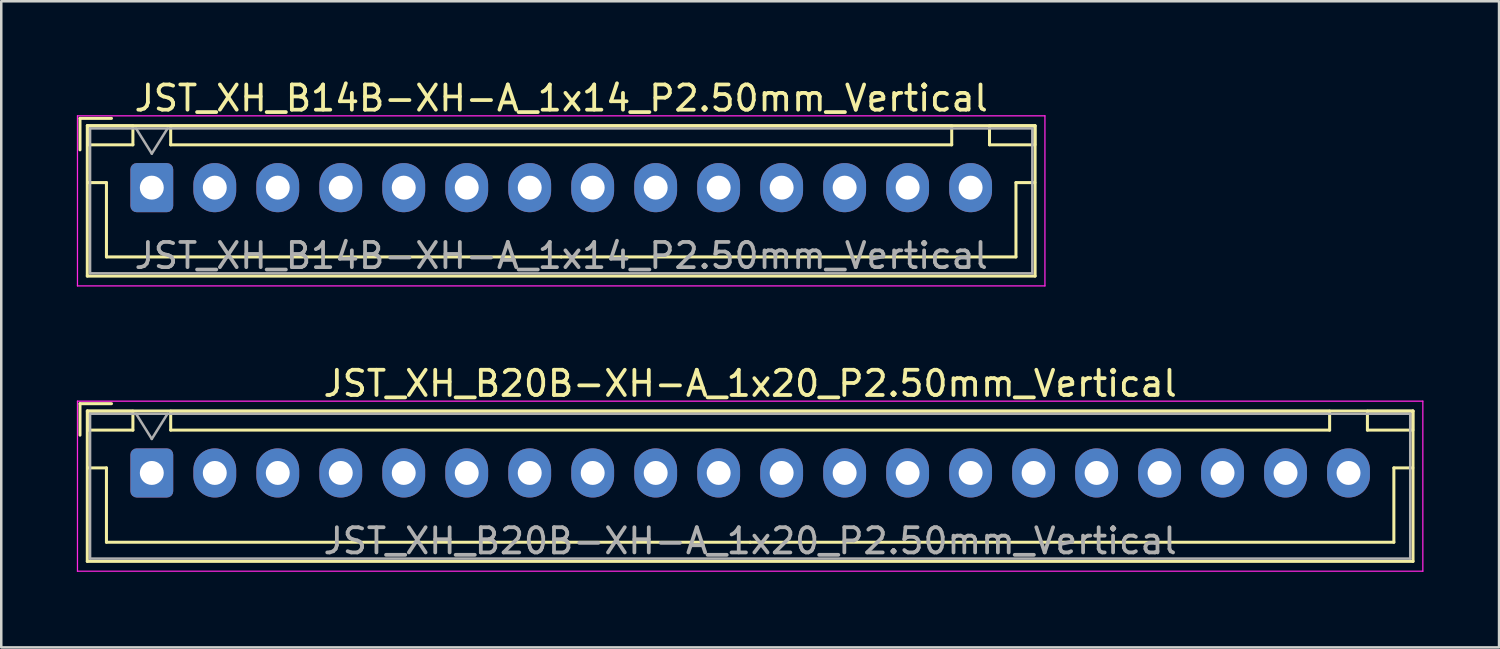
<source format=kicad_pcb>
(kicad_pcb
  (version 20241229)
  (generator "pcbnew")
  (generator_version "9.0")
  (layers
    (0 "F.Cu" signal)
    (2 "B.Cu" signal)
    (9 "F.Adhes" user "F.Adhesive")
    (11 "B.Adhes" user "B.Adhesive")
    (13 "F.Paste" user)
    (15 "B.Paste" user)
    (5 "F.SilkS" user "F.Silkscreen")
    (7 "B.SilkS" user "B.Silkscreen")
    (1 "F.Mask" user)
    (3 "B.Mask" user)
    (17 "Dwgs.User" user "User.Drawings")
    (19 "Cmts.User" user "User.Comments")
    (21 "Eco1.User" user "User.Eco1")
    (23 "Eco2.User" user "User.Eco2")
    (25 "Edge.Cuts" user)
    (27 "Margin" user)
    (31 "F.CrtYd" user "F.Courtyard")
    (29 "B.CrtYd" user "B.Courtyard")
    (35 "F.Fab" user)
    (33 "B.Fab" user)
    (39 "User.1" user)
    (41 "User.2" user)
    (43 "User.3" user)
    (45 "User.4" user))
  (footprint "JST_XH_B20B-XH-A_1x20_P2.50mm_Vertical"
    (layer "F.Cu")
    (at 2.975 15.722)
    (property "Reference" "JST_XH_B20B-XH-A_1x20_P2.50mm_Vertical" (at 23.75 -3.55 0) (layer "F.SilkS") (effects (font (size 1 1) (thickness 0.15))))
    (attr through_hole)
    (fp_line (start -2.85 -2.75) (end -2.85 -1.5) (stroke (width 0.12) (type solid)) (layer "F.SilkS"))
    (fp_line (start -2.56 -2.46) (end -2.56 3.51) (stroke (width 0.12) (type solid)) (layer "F.SilkS"))
    (fp_line (start -2.56 3.51) (end 50.06 3.51) (stroke (width 0.12) (type solid)) (layer "F.SilkS"))
    (fp_line (start -2.55 -2.45) (end -2.55 -1.7) (stroke (width 0.12) (type solid)) (layer "F.SilkS"))
    (fp_line (start -2.55 -1.7) (end -0.75 -1.7) (stroke (width 0.12) (type solid)) (layer "F.SilkS"))
    (fp_line (start -2.55 -0.2) (end -1.8 -0.2) (stroke (width 0.12) (type solid)) (layer "F.SilkS"))
    (fp_line (start -1.8 -0.2) (end -1.8 2.75) (stroke (width 0.12) (type solid)) (layer "F.SilkS"))
    (fp_line (start -1.8 2.75) (end 23.75 2.75) (stroke (width 0.12) (type solid)) (layer "F.SilkS"))
    (fp_line (start -1.6 -2.75) (end -2.85 -2.75) (stroke (width 0.12) (type solid)) (layer "F.SilkS"))
    (fp_line (start -0.75 -2.45) (end -2.55 -2.45) (stroke (width 0.12) (type solid)) (layer "F.SilkS"))
    (fp_line (start -0.75 -1.7) (end -0.75 -2.45) (stroke (width 0.12) (type solid)) (layer "F.SilkS"))
    (fp_line (start 0.75 -2.45) (end 0.75 -1.7) (stroke (width 0.12) (type solid)) (layer "F.SilkS"))
    (fp_line (start 0.75 -1.7) (end 46.75 -1.7) (stroke (width 0.12) (type solid)) (layer "F.SilkS"))
    (fp_line (start 46.75 -2.45) (end 0.75 -2.45) (stroke (width 0.12) (type solid)) (layer "F.SilkS"))
    (fp_line (start 46.75 -1.7) (end 46.75 -2.45) (stroke (width 0.12) (type solid)) (layer "F.SilkS"))
    (fp_line (start 48.25 -2.45) (end 48.25 -1.7) (stroke (width 0.12) (type solid)) (layer "F.SilkS"))
    (fp_line (start 48.25 -1.7) (end 50.05 -1.7) (stroke (width 0.12) (type solid)) (layer "F.SilkS"))
    (fp_line (start 49.3 -0.2) (end 49.3 2.75) (stroke (width 0.12) (type solid)) (layer "F.SilkS"))
    (fp_line (start 49.3 2.75) (end 23.75 2.75) (stroke (width 0.12) (type solid)) (layer "F.SilkS"))
    (fp_line (start 50.05 -2.45) (end 48.25 -2.45) (stroke (width 0.12) (type solid)) (layer "F.SilkS"))
    (fp_line (start 50.05 -1.7) (end 50.05 -2.45) (stroke (width 0.12) (type solid)) (layer "F.SilkS"))
    (fp_line (start 50.05 -0.2) (end 49.3 -0.2) (stroke (width 0.12) (type solid)) (layer "F.SilkS"))
    (fp_line (start 50.06 -2.46) (end -2.56 -2.46) (stroke (width 0.12) (type solid)) (layer "F.SilkS"))
    (fp_line (start 50.06 3.51) (end 50.06 -2.46) (stroke (width 0.12) (type solid)) (layer "F.SilkS"))
    (fp_line (start -2.95 -2.85) (end -2.95 3.9) (stroke (width 0.05) (type solid)) (layer "F.CrtYd"))
    (fp_line (start -2.95 3.9) (end 50.45 3.9) (stroke (width 0.05) (type solid)) (layer "F.CrtYd"))
    (fp_line (start 50.45 -2.85) (end -2.95 -2.85) (stroke (width 0.05) (type solid)) (layer "F.CrtYd"))
    (fp_line (start 50.45 3.9) (end 50.45 -2.85) (stroke (width 0.05) (type solid)) (layer "F.CrtYd"))
    (fp_line (start -2.45 -2.35) (end -2.45 3.4) (stroke (width 0.1) (type solid)) (layer "F.Fab"))
    (fp_line (start -2.45 3.4) (end 49.95 3.4) (stroke (width 0.1) (type solid)) (layer "F.Fab"))
    (fp_line (start -0.625 -2.35) (end 0 -1.35) (stroke (width 0.1) (type solid)) (layer "F.Fab"))
    (fp_line (start 0 -1.35) (end 0.625 -2.35) (stroke (width 0.1) (type solid)) (layer "F.Fab"))
    (fp_line (start 49.95 -2.35) (end -2.45 -2.35) (stroke (width 0.1) (type solid)) (layer "F.Fab"))
    (fp_line (start 49.95 3.4) (end 49.95 -2.35) (stroke (width 0.1) (type solid)) (layer "F.Fab"))
    (fp_text user "${REFERENCE}" (at 23.75 2.7 0) (layer "F.Fab") (effects (font (size 1 1) (thickness 0.15))))
    (pad "1" thru_hole roundrect (at 0 0) (size 1.7 1.95) (drill 0.95) (layers "*.Cu" "*.Mask") (roundrect_rratio 0.147))
    (pad "2" thru_hole oval (at 2.5 0) (size 1.7 1.95) (drill 0.95) (layers "*.Cu" "*.Mask"))
    (pad "3" thru_hole oval (at 5 0) (size 1.7 1.95) (drill 0.95) (layers "*.Cu" "*.Mask"))
    (pad "4" thru_hole oval (at 7.5 0) (size 1.7 1.95) (drill 0.95) (layers "*.Cu" "*.Mask"))
    (pad "5" thru_hole oval (at 10 0) (size 1.7 1.95) (drill 0.95) (layers "*.Cu" "*.Mask"))
    (pad "6" thru_hole oval (at 12.5 0) (size 1.7 1.95) (drill 0.95) (layers "*.Cu" "*.Mask"))
    (pad "7" thru_hole oval (at 15 0) (size 1.7 1.95) (drill 0.95) (layers "*.Cu" "*.Mask"))
    (pad "8" thru_hole oval (at 17.5 0) (size 1.7 1.95) (drill 0.95) (layers "*.Cu" "*.Mask"))
    (pad "9" thru_hole oval (at 20 0) (size 1.7 1.95) (drill 0.95) (layers "*.Cu" "*.Mask"))
    (pad "10" thru_hole oval (at 22.5 0) (size 1.7 1.95) (drill 0.95) (layers "*.Cu" "*.Mask"))
    (pad "11" thru_hole oval (at 25 0) (size 1.7 1.95) (drill 0.95) (layers "*.Cu" "*.Mask"))
    (pad "12" thru_hole oval (at 27.5 0) (size 1.7 1.95) (drill 0.95) (layers "*.Cu" "*.Mask"))
    (pad "13" thru_hole oval (at 30 0) (size 1.7 1.95) (drill 0.95) (layers "*.Cu" "*.Mask"))
    (pad "14" thru_hole oval (at 32.5 0) (size 1.7 1.95) (drill 0.95) (layers "*.Cu" "*.Mask"))
    (pad "15" thru_hole oval (at 35 0) (size 1.7 1.95) (drill 0.95) (layers "*.Cu" "*.Mask"))
    (pad "16" thru_hole oval (at 37.5 0) (size 1.7 1.95) (drill 0.95) (layers "*.Cu" "*.Mask"))
    (pad "17" thru_hole oval (at 40 0) (size 1.7 1.95) (drill 0.95) (layers "*.Cu" "*.Mask"))
    (pad "18" thru_hole oval (at 42.5 0) (size 1.7 1.95) (drill 0.95) (layers "*.Cu" "*.Mask"))
    (pad "19" thru_hole oval (at 45 0) (size 1.7 1.95) (drill 0.95) (layers "*.Cu" "*.Mask"))
    (pad "20" thru_hole oval (at 47.5 0) (size 1.7 1.95) (drill 0.95) (layers "*.Cu" "*.Mask")))
  (footprint "JST_XH_B14B-XH-A_1x14_P2.50mm_Vertical"
    (layer "F.Cu")
    (at 2.975 4.398)
    (property "Reference" "JST_XH_B14B-XH-A_1x14_P2.50mm_Vertical" (at 16.25 -3.55 0) (layer "F.SilkS") (effects (font (size 1 1) (thickness 0.15))))
    (attr through_hole)
    (fp_line (start -2.85 -2.75) (end -2.85 -1.5) (stroke (width 0.12) (type solid)) (layer "F.SilkS"))
    (fp_line (start -2.56 -2.46) (end -2.56 3.51) (stroke (width 0.12) (type solid)) (layer "F.SilkS"))
    (fp_line (start -2.56 3.51) (end 35.06 3.51) (stroke (width 0.12) (type solid)) (layer "F.SilkS"))
    (fp_line (start -2.55 -2.45) (end -2.55 -1.7) (stroke (width 0.12) (type solid)) (layer "F.SilkS"))
    (fp_line (start -2.55 -1.7) (end -0.75 -1.7) (stroke (width 0.12) (type solid)) (layer "F.SilkS"))
    (fp_line (start -2.55 -0.2) (end -1.8 -0.2) (stroke (width 0.12) (type solid)) (layer "F.SilkS"))
    (fp_line (start -1.8 -0.2) (end -1.8 2.75) (stroke (width 0.12) (type solid)) (layer "F.SilkS"))
    (fp_line (start -1.8 2.75) (end 16.25 2.75) (stroke (width 0.12) (type solid)) (layer "F.SilkS"))
    (fp_line (start -1.6 -2.75) (end -2.85 -2.75) (stroke (width 0.12) (type solid)) (layer "F.SilkS"))
    (fp_line (start -0.75 -2.45) (end -2.55 -2.45) (stroke (width 0.12) (type solid)) (layer "F.SilkS"))
    (fp_line (start -0.75 -1.7) (end -0.75 -2.45) (stroke (width 0.12) (type solid)) (layer "F.SilkS"))
    (fp_line (start 0.75 -2.45) (end 0.75 -1.7) (stroke (width 0.12) (type solid)) (layer "F.SilkS"))
    (fp_line (start 0.75 -1.7) (end 31.75 -1.7) (stroke (width 0.12) (type solid)) (layer "F.SilkS"))
    (fp_line (start 31.75 -2.45) (end 0.75 -2.45) (stroke (width 0.12) (type solid)) (layer "F.SilkS"))
    (fp_line (start 31.75 -1.7) (end 31.75 -2.45) (stroke (width 0.12) (type solid)) (layer "F.SilkS"))
    (fp_line (start 33.25 -2.45) (end 33.25 -1.7) (stroke (width 0.12) (type solid)) (layer "F.SilkS"))
    (fp_line (start 33.25 -1.7) (end 35.05 -1.7) (stroke (width 0.12) (type solid)) (layer "F.SilkS"))
    (fp_line (start 34.3 -0.2) (end 34.3 2.75) (stroke (width 0.12) (type solid)) (layer "F.SilkS"))
    (fp_line (start 34.3 2.75) (end 16.25 2.75) (stroke (width 0.12) (type solid)) (layer "F.SilkS"))
    (fp_line (start 35.05 -2.45) (end 33.25 -2.45) (stroke (width 0.12) (type solid)) (layer "F.SilkS"))
    (fp_line (start 35.05 -1.7) (end 35.05 -2.45) (stroke (width 0.12) (type solid)) (layer "F.SilkS"))
    (fp_line (start 35.05 -0.2) (end 34.3 -0.2) (stroke (width 0.12) (type solid)) (layer "F.SilkS"))
    (fp_line (start 35.06 -2.46) (end -2.56 -2.46) (stroke (width 0.12) (type solid)) (layer "F.SilkS"))
    (fp_line (start 35.06 3.51) (end 35.06 -2.46) (stroke (width 0.12) (type solid)) (layer "F.SilkS"))
    (fp_line (start -2.95 -2.85) (end -2.95 3.9) (stroke (width 0.05) (type solid)) (layer "F.CrtYd"))
    (fp_line (start -2.95 3.9) (end 35.45 3.9) (stroke (width 0.05) (type solid)) (layer "F.CrtYd"))
    (fp_line (start 35.45 -2.85) (end -2.95 -2.85) (stroke (width 0.05) (type solid)) (layer "F.CrtYd"))
    (fp_line (start 35.45 3.9) (end 35.45 -2.85) (stroke (width 0.05) (type solid)) (layer "F.CrtYd"))
    (fp_line (start -2.45 -2.35) (end -2.45 3.4) (stroke (width 0.1) (type solid)) (layer "F.Fab"))
    (fp_line (start -2.45 3.4) (end 34.95 3.4) (stroke (width 0.1) (type solid)) (layer "F.Fab"))
    (fp_line (start -0.625 -2.35) (end 0 -1.35) (stroke (width 0.1) (type solid)) (layer "F.Fab"))
    (fp_line (start 0 -1.35) (end 0.625 -2.35) (stroke (width 0.1) (type solid)) (layer "F.Fab"))
    (fp_line (start 34.95 -2.35) (end -2.45 -2.35) (stroke (width 0.1) (type solid)) (layer "F.Fab"))
    (fp_line (start 34.95 3.4) (end 34.95 -2.35) (stroke (width 0.1) (type solid)) (layer "F.Fab"))
    (fp_text user "${REFERENCE}" (at 16.25 2.7 0) (layer "F.Fab") (effects (font (size 1 1) (thickness 0.15))))
    (pad "1" thru_hole roundrect (at 0 0) (size 1.7 1.95) (drill 0.95) (layers "*.Cu" "*.Mask") (roundrect_rratio 0.147))
    (pad "2" thru_hole oval (at 2.5 0) (size 1.7 1.95) (drill 0.95) (layers "*.Cu" "*.Mask"))
    (pad "3" thru_hole oval (at 5 0) (size 1.7 1.95) (drill 0.95) (layers "*.Cu" "*.Mask"))
    (pad "4" thru_hole oval (at 7.5 0) (size 1.7 1.95) (drill 0.95) (layers "*.Cu" "*.Mask"))
    (pad "5" thru_hole oval (at 10 0) (size 1.7 1.95) (drill 0.95) (layers "*.Cu" "*.Mask"))
    (pad "6" thru_hole oval (at 12.5 0) (size 1.7 1.95) (drill 0.95) (layers "*.Cu" "*.Mask"))
    (pad "7" thru_hole oval (at 15 0) (size 1.7 1.95) (drill 0.95) (layers "*.Cu" "*.Mask"))
    (pad "8" thru_hole oval (at 17.5 0) (size 1.7 1.95) (drill 0.95) (layers "*.Cu" "*.Mask"))
    (pad "9" thru_hole oval (at 20 0) (size 1.7 1.95) (drill 0.95) (layers "*.Cu" "*.Mask"))
    (pad "10" thru_hole oval (at 22.5 0) (size 1.7 1.95) (drill 0.95) (layers "*.Cu" "*.Mask"))
    (pad "11" thru_hole oval (at 25 0) (size 1.7 1.95) (drill 0.95) (layers "*.Cu" "*.Mask"))
    (pad "12" thru_hole oval (at 27.5 0) (size 1.7 1.95) (drill 0.95) (layers "*.Cu" "*.Mask"))
    (pad "13" thru_hole oval (at 30 0) (size 1.7 1.95) (drill 0.95) (layers "*.Cu" "*.Mask"))
    (pad "14" thru_hole oval (at 32.5 0) (size 1.7 1.95) (drill 0.95) (layers "*.Cu" "*.Mask")))
  (gr_rect
    (start -3 -3)
    (end 56.45 22.646)
    (stroke (width 0.1) (type default))
    (fill no)
    (layer "Edge.Cuts")))
</source>
